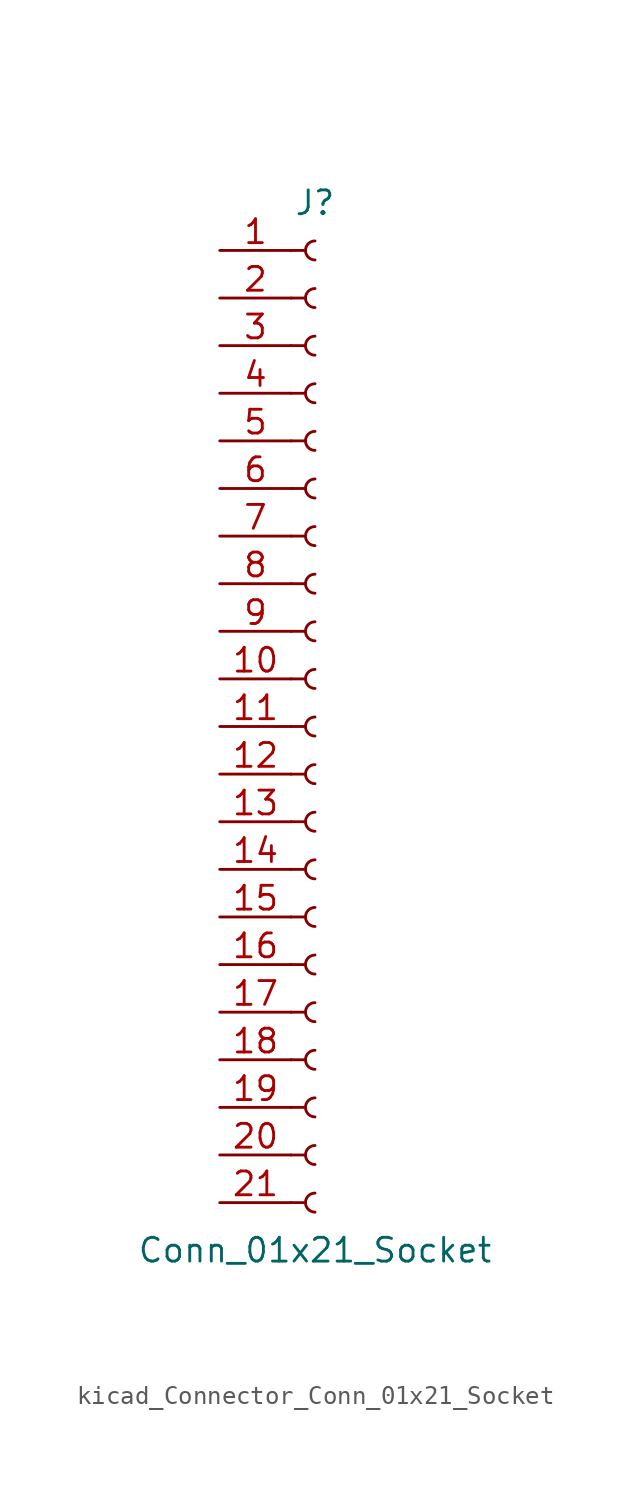
<source format=kicad_sym>
(kicad_symbol_lib
  (version 20220914)
  (generator kicad_symbol_editor)
  (symbol "kicad_Connector_Conn_01x21_Socket"
    (pin_names
      (offset 1.016) hide)
    (property "Reference" "J"
      (at 0 27.94 0)
      (effects (font (size 1.27 1.27))))
    (property "Value" "Conn_01x21_Socket"
      (at 0 -27.94 0)
      (effects (font (size 1.27 1.27))))
    (property "ki_locked" ""
      (at 0 0 0)
      (effects (font (size 1.27 1.27))))
    (symbol "kicad_Connector_Conn_01x21_Socket_1_1"
      (arc (start 0 -24.892) (mid -0.5058 -25.4) (end 0 -25.908) (stroke (width 0.1524) (type default)) (fill (type none)))
      (arc (start 0 -22.352) (mid -0.5058 -22.86) (end 0 -23.368) (stroke (width 0.1524) (type default)) (fill (type none)))
      (arc (start 0 -19.812) (mid -0.5058 -20.32) (end 0 -20.828) (stroke (width 0.1524) (type default)) (fill (type none)))
      (arc (start 0 -17.272) (mid -0.5058 -17.78) (end 0 -18.288) (stroke (width 0.1524) (type default)) (fill (type none)))
      (arc (start 0 -14.732) (mid -0.5058 -15.24) (end 0 -15.748) (stroke (width 0.1524) (type default)) (fill (type none)))
      (arc (start 0 -12.192) (mid -0.5058 -12.7) (end 0 -13.208) (stroke (width 0.1524) (type default)) (fill (type none)))
      (arc (start 0 -9.652) (mid -0.5058 -10.16) (end 0 -10.668) (stroke (width 0.1524) (type default)) (fill (type none)))
      (arc (start 0 -7.112) (mid -0.5058 -7.62) (end 0 -8.128) (stroke (width 0.1524) (type default)) (fill (type none)))
      (arc (start 0 -4.572) (mid -0.5058 -5.08) (end 0 -5.588) (stroke (width 0.1524) (type default)) (fill (type none)))
      (arc (start 0 -2.032) (mid -0.5058 -2.54) (end 0 -3.048) (stroke (width 0.1524) (type default)) (fill (type none)))
      (polyline (pts (xy -1.27 -25.4) (xy -0.508 -25.4)) (stroke (width 0.152) (type default)) (fill (type none)))
      (polyline (pts (xy -1.27 -22.86) (xy -0.508 -22.86)) (stroke (width 0.152) (type default)) (fill (type none)))
      (polyline (pts (xy -1.27 -20.32) (xy -0.508 -20.32)) (stroke (width 0.152) (type default)) (fill (type none)))
      (polyline (pts (xy -1.27 -17.78) (xy -0.508 -17.78)) (stroke (width 0.152) (type default)) (fill (type none)))
      (polyline (pts (xy -1.27 -15.24) (xy -0.508 -15.24)) (stroke (width 0.152) (type default)) (fill (type none)))
      (polyline (pts (xy -1.27 -12.7) (xy -0.508 -12.7)) (stroke (width 0.152) (type default)) (fill (type none)))
      (polyline (pts (xy -1.27 -10.16) (xy -0.508 -10.16)) (stroke (width 0.152) (type default)) (fill (type none)))
      (polyline (pts (xy -1.27 -7.62) (xy -0.508 -7.62)) (stroke (width 0.152) (type default)) (fill (type none)))
      (polyline (pts (xy -1.27 -5.08) (xy -0.508 -5.08)) (stroke (width 0.152) (type default)) (fill (type none)))
      (polyline (pts (xy -1.27 -2.54) (xy -0.508 -2.54)) (stroke (width 0.152) (type default)) (fill (type none)))
      (polyline (pts (xy -1.27 0) (xy -0.508 0)) (stroke (width 0.152) (type default)) (fill (type none)))
      (polyline (pts (xy -1.27 2.54) (xy -0.508 2.54)) (stroke (width 0.152) (type default)) (fill (type none)))
      (polyline (pts (xy -1.27 5.08) (xy -0.508 5.08)) (stroke (width 0.152) (type default)) (fill (type none)))
      (polyline (pts (xy -1.27 7.62) (xy -0.508 7.62)) (stroke (width 0.152) (type default)) (fill (type none)))
      (polyline (pts (xy -1.27 10.16) (xy -0.508 10.16)) (stroke (width 0.152) (type default)) (fill (type none)))
      (polyline (pts (xy -1.27 12.7) (xy -0.508 12.7)) (stroke (width 0.152) (type default)) (fill (type none)))
      (polyline (pts (xy -1.27 15.24) (xy -0.508 15.24)) (stroke (width 0.152) (type default)) (fill (type none)))
      (polyline (pts (xy -1.27 17.78) (xy -0.508 17.78)) (stroke (width 0.152) (type default)) (fill (type none)))
      (polyline (pts (xy -1.27 20.32) (xy -0.508 20.32)) (stroke (width 0.152) (type default)) (fill (type none)))
      (polyline (pts (xy -1.27 22.86) (xy -0.508 22.86)) (stroke (width 0.152) (type default)) (fill (type none)))
      (polyline (pts (xy -1.27 25.4) (xy -0.508 25.4)) (stroke (width 0.152) (type default)) (fill (type none)))
      (arc (start 0 0.508) (mid -0.5058 0) (end 0 -0.508) (stroke (width 0.1524) (type default)) (fill (type none)))
      (arc (start 0 3.048) (mid -0.5058 2.54) (end 0 2.032) (stroke (width 0.1524) (type default)) (fill (type none)))
      (arc (start 0 5.588) (mid -0.5058 5.08) (end 0 4.572) (stroke (width 0.1524) (type default)) (fill (type none)))
      (arc (start 0 8.128) (mid -0.5058 7.62) (end 0 7.112) (stroke (width 0.1524) (type default)) (fill (type none)))
      (arc (start 0 10.668) (mid -0.5058 10.16) (end 0 9.652) (stroke (width 0.1524) (type default)) (fill (type none)))
      (arc (start 0 13.208) (mid -0.5058 12.7) (end 0 12.192) (stroke (width 0.1524) (type default)) (fill (type none)))
      (arc (start 0 15.748) (mid -0.5058 15.24) (end 0 14.732) (stroke (width 0.1524) (type default)) (fill (type none)))
      (arc (start 0 18.288) (mid -0.5058 17.78) (end 0 17.272) (stroke (width 0.1524) (type default)) (fill (type none)))
      (arc (start 0 20.828) (mid -0.5058 20.32) (end 0 19.812) (stroke (width 0.1524) (type default)) (fill (type none)))
      (arc (start 0 23.368) (mid -0.5058 22.86) (end 0 22.352) (stroke (width 0.1524) (type default)) (fill (type none)))
      (arc (start 0 25.908) (mid -0.5058 25.4) (end 0 24.892) (stroke (width 0.1524) (type default)) (fill (type none)))
      (pin passive line (at -5.08 25.4 0) (length 3.81) (name "Pin_1" (effects (font (size 1.27 1.27)))) (number "1" (effects (font (size 1.27 1.27)))))
      (pin passive line (at -5.08 2.54 0) (length 3.81) (name "Pin_10" (effects (font (size 1.27 1.27)))) (number "10" (effects (font (size 1.27 1.27)))))
      (pin passive line (at -5.08 0 0) (length 3.81) (name "Pin_11" (effects (font (size 1.27 1.27)))) (number "11" (effects (font (size 1.27 1.27)))))
      (pin passive line (at -5.08 -2.54 0) (length 3.81) (name "Pin_12" (effects (font (size 1.27 1.27)))) (number "12" (effects (font (size 1.27 1.27)))))
      (pin passive line (at -5.08 -5.08 0) (length 3.81) (name "Pin_13" (effects (font (size 1.27 1.27)))) (number "13" (effects (font (size 1.27 1.27)))))
      (pin passive line (at -5.08 -7.62 0) (length 3.81) (name "Pin_14" (effects (font (size 1.27 1.27)))) (number "14" (effects (font (size 1.27 1.27)))))
      (pin passive line (at -5.08 -10.16 0) (length 3.81) (name "Pin_15" (effects (font (size 1.27 1.27)))) (number "15" (effects (font (size 1.27 1.27)))))
      (pin passive line (at -5.08 -12.7 0) (length 3.81) (name "Pin_16" (effects (font (size 1.27 1.27)))) (number "16" (effects (font (size 1.27 1.27)))))
      (pin passive line (at -5.08 -15.24 0) (length 3.81) (name "Pin_17" (effects (font (size 1.27 1.27)))) (number "17" (effects (font (size 1.27 1.27)))))
      (pin passive line (at -5.08 -17.78 0) (length 3.81) (name "Pin_18" (effects (font (size 1.27 1.27)))) (number "18" (effects (font (size 1.27 1.27)))))
      (pin passive line (at -5.08 -20.32 0) (length 3.81) (name "Pin_19" (effects (font (size 1.27 1.27)))) (number "19" (effects (font (size 1.27 1.27)))))
      (pin passive line (at -5.08 22.86 0) (length 3.81) (name "Pin_2" (effects (font (size 1.27 1.27)))) (number "2" (effects (font (size 1.27 1.27)))))
      (pin passive line (at -5.08 -22.86 0) (length 3.81) (name "Pin_20" (effects (font (size 1.27 1.27)))) (number "20" (effects (font (size 1.27 1.27)))))
      (pin passive line (at -5.08 -25.4 0) (length 3.81) (name "Pin_21" (effects (font (size 1.27 1.27)))) (number "21" (effects (font (size 1.27 1.27)))))
      (pin passive line (at -5.08 20.32 0) (length 3.81) (name "Pin_3" (effects (font (size 1.27 1.27)))) (number "3" (effects (font (size 1.27 1.27)))))
      (pin passive line (at -5.08 17.78 0) (length 3.81) (name "Pin_4" (effects (font (size 1.27 1.27)))) (number "4" (effects (font (size 1.27 1.27)))))
      (pin passive line (at -5.08 15.24 0) (length 3.81) (name "Pin_5" (effects (font (size 1.27 1.27)))) (number "5" (effects (font (size 1.27 1.27)))))
      (pin passive line (at -5.08 12.7 0) (length 3.81) (name "Pin_6" (effects (font (size 1.27 1.27)))) (number "6" (effects (font (size 1.27 1.27)))))
      (pin passive line (at -5.08 10.16 0) (length 3.81) (name "Pin_7" (effects (font (size 1.27 1.27)))) (number "7" (effects (font (size 1.27 1.27)))))
      (pin passive line (at -5.08 7.62 0) (length 3.81) (name "Pin_8" (effects (font (size 1.27 1.27)))) (number "8" (effects (font (size 1.27 1.27)))))
      (pin passive line (at -5.08 5.08 0) (length 3.81) (name "Pin_9" (effects (font (size 1.27 1.27)))) (number "9" (effects (font (size 1.27 1.27))))))))
</source>
